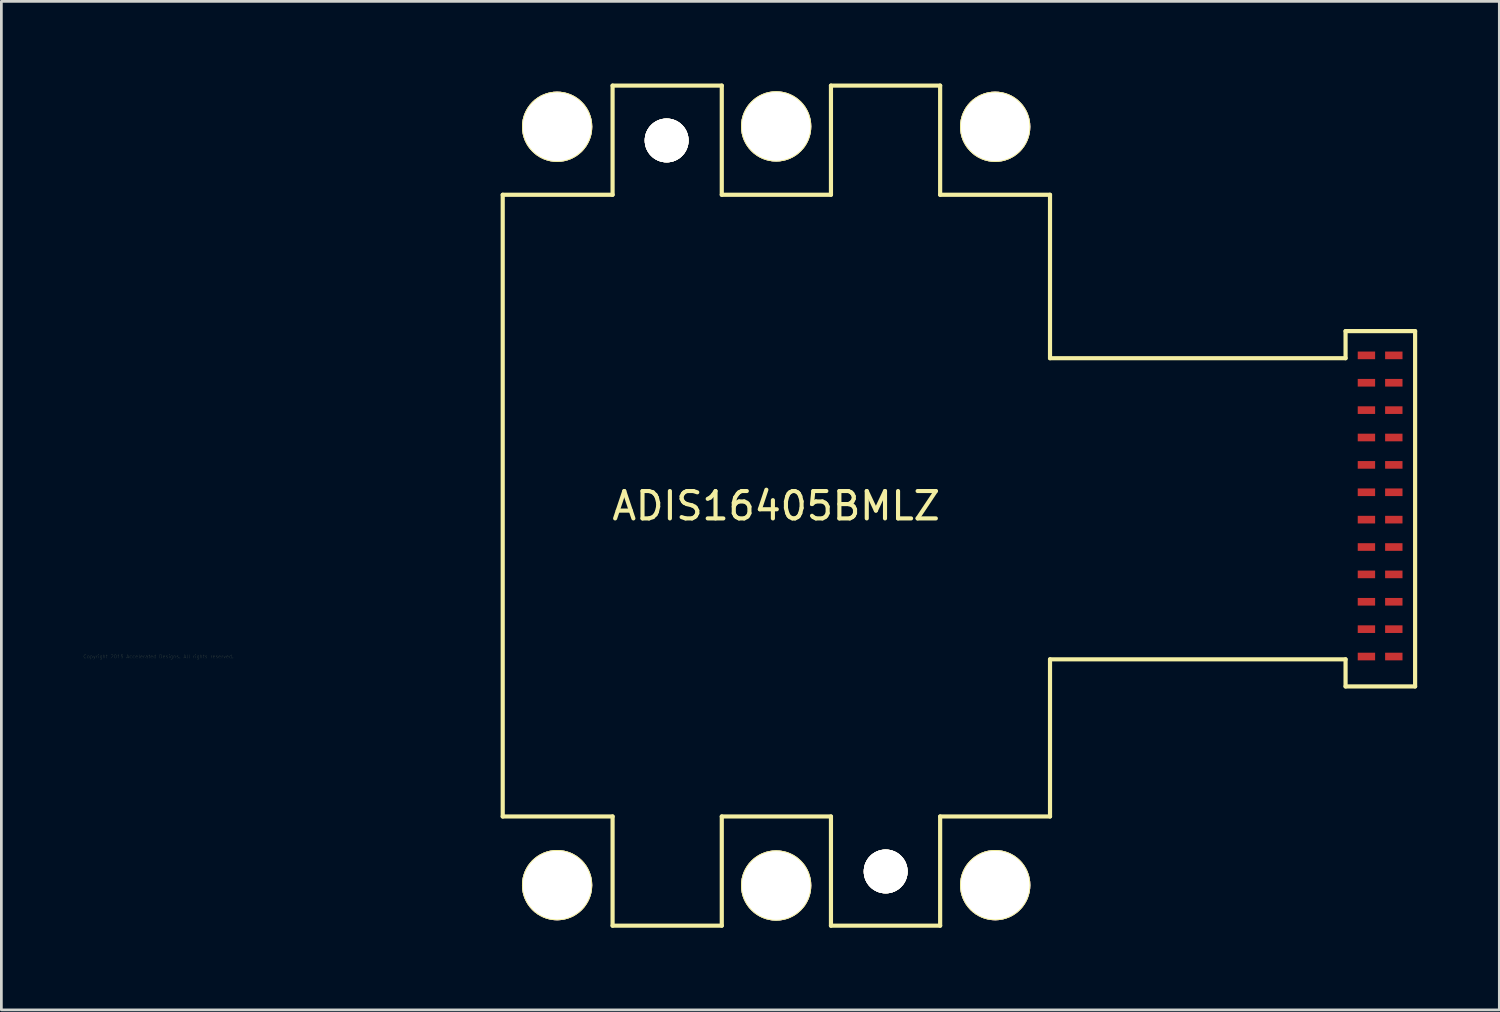
<source format=kicad_pcb>
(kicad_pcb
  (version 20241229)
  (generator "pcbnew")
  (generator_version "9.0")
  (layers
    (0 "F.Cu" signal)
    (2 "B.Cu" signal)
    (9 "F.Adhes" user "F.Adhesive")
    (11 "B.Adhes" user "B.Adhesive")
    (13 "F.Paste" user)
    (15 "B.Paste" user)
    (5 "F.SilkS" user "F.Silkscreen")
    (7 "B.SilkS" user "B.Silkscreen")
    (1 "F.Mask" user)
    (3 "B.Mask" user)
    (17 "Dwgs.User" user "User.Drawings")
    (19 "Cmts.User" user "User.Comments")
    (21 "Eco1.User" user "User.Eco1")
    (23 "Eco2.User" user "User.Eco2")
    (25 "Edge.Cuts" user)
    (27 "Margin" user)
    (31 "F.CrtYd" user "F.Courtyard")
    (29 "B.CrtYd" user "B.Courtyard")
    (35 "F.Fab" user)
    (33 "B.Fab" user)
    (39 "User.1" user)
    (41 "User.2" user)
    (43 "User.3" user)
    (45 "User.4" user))
  (footprint "ADIS16405BMLZ"
    (layer "F.Cu")
    (at 2.739 20.93)
    (property "Reference" "ADIS16405BMLZ" (at 22.56 -5.5 0) (layer "F.SilkS") (effects (font (size 1 1) (thickness 0.15))))
    (attr through_hole)
    (fp_line (start 12.573 -16.866) (end 12.573 5.842) (stroke (width 0.152) (type solid)) (layer "F.SilkS"))
    (fp_line (start 12.573 -16.866) (end 16.586 -16.866) (stroke (width 0.152) (type solid)) (layer "F.SilkS"))
    (fp_line (start 12.573 5.842) (end 16.586 5.842) (stroke (width 0.152) (type solid)) (layer "F.SilkS"))
    (fp_line (start 16.586 -20.853) (end 20.574 -20.853) (stroke (width 0.152) (type solid)) (layer "F.SilkS"))
    (fp_line (start 16.586 -16.866) (end 16.586 -20.853) (stroke (width 0.152) (type solid)) (layer "F.SilkS"))
    (fp_line (start 16.586 5.842) (end 16.586 9.83) (stroke (width 0.152) (type solid)) (layer "F.SilkS"))
    (fp_line (start 16.586 9.83) (end 20.574 9.83) (stroke (width 0.152) (type solid)) (layer "F.SilkS"))
    (fp_line (start 20.574 -20.853) (end 20.574 -16.866) (stroke (width 0.152) (type solid)) (layer "F.SilkS"))
    (fp_line (start 20.574 -16.866) (end 24.562 -16.866) (stroke (width 0.152) (type solid)) (layer "F.SilkS"))
    (fp_line (start 20.574 5.842) (end 24.562 5.842) (stroke (width 0.152) (type solid)) (layer "F.SilkS"))
    (fp_line (start 20.574 9.83) (end 20.574 5.842) (stroke (width 0.152) (type solid)) (layer "F.SilkS"))
    (fp_line (start 24.562 -20.853) (end 28.55 -20.853) (stroke (width 0.152) (type solid)) (layer "F.SilkS"))
    (fp_line (start 24.562 -16.866) (end 24.562 -20.853) (stroke (width 0.152) (type solid)) (layer "F.SilkS"))
    (fp_line (start 24.562 5.842) (end 24.562 9.83) (stroke (width 0.152) (type solid)) (layer "F.SilkS"))
    (fp_line (start 24.562 9.83) (end 28.55 9.83) (stroke (width 0.152) (type solid)) (layer "F.SilkS"))
    (fp_line (start 28.55 -20.853) (end 28.55 -16.866) (stroke (width 0.152) (type solid)) (layer "F.SilkS"))
    (fp_line (start 28.55 -16.866) (end 32.563 -16.866) (stroke (width 0.152) (type solid)) (layer "F.SilkS"))
    (fp_line (start 28.55 5.842) (end 32.563 5.842) (stroke (width 0.152) (type solid)) (layer "F.SilkS"))
    (fp_line (start 28.55 9.83) (end 28.55 5.842) (stroke (width 0.152) (type solid)) (layer "F.SilkS"))
    (fp_line (start 32.563 -16.866) (end 32.563 -10.897) (stroke (width 0.152) (type solid)) (layer "F.SilkS"))
    (fp_line (start 32.563 -10.897) (end 43.358 -10.897) (stroke (width 0.152) (type solid)) (layer "F.SilkS"))
    (fp_line (start 32.563 0.102) (end 32.563 5.842) (stroke (width 0.152) (type solid)) (layer "F.SilkS"))
    (fp_line (start 43.358 -11.887) (end 45.898 -11.887) (stroke (width 0.152) (type solid)) (layer "F.SilkS"))
    (fp_line (start 43.358 -10.897) (end 43.358 -11.887) (stroke (width 0.152) (type solid)) (layer "F.SilkS"))
    (fp_line (start 43.358 0.102) (end 32.563 0.102) (stroke (width 0.152) (type solid)) (layer "F.SilkS"))
    (fp_line (start 43.358 1.092) (end 43.358 0.102) (stroke (width 0.152) (type solid)) (layer "F.SilkS"))
    (fp_line (start 45.898 -11.887) (end 45.898 1.092) (stroke (width 0.152) (type solid)) (layer "F.SilkS"))
    (fp_line (start 45.898 1.092) (end 43.358 1.092) (stroke (width 0.152) (type solid)) (layer "F.SilkS"))
    (fp_text user "Copyright 2015 Accelerated Designs. All rights reserved." (at 0 0 0) (layer "F.SilkS") (effects (font (size 0.127 0.127) (thickness 0.002))))
    (pad "1" smd rect (at 45.12 -11) (size 0.635 0.279) (layers "F.Cu" "F.Mask" "F.Paste"))
    (pad "2" smd rect (at 44.12 -11) (size 0.635 0.279) (layers "F.Cu" "F.Mask" "F.Paste"))
    (pad "3" smd rect (at 45.12 -10) (size 0.635 0.279) (layers "F.Cu" "F.Mask" "F.Paste"))
    (pad "4" smd rect (at 44.12 -10) (size 0.635 0.279) (layers "F.Cu" "F.Mask" "F.Paste"))
    (pad "5" smd rect (at 45.12 -9) (size 0.635 0.279) (layers "F.Cu" "F.Mask" "F.Paste"))
    (pad "6" smd rect (at 44.12 -9) (size 0.635 0.279) (layers "F.Cu" "F.Mask" "F.Paste"))
    (pad "7" smd rect (at 45.12 -8) (size 0.635 0.279) (layers "F.Cu" "F.Mask" "F.Paste"))
    (pad "8" smd rect (at 44.12 -8) (size 0.635 0.279) (layers "F.Cu" "F.Mask" "F.Paste"))
    (pad "9" smd rect (at 45.12 -7) (size 0.635 0.279) (layers "F.Cu" "F.Mask" "F.Paste"))
    (pad "10" smd rect (at 44.12 -7) (size 0.635 0.279) (layers "F.Cu" "F.Mask" "F.Paste"))
    (pad "11" smd rect (at 45.12 -6) (size 0.635 0.279) (layers "F.Cu" "F.Mask" "F.Paste"))
    (pad "12" smd rect (at 44.12 -6) (size 0.635 0.279) (layers "F.Cu" "F.Mask" "F.Paste"))
    (pad "13" smd rect (at 45.12 -5) (size 0.635 0.279) (layers "F.Cu" "F.Mask" "F.Paste"))
    (pad "14" smd rect (at 44.12 -5) (size 0.635 0.279) (layers "F.Cu" "F.Mask" "F.Paste"))
    (pad "15" smd rect (at 45.12 -4) (size 0.635 0.279) (layers "F.Cu" "F.Mask" "F.Paste"))
    (pad "16" smd rect (at 44.12 -4) (size 0.635 0.279) (layers "F.Cu" "F.Mask" "F.Paste"))
    (pad "17" smd rect (at 45.12 -3) (size 0.635 0.279) (layers "F.Cu" "F.Mask" "F.Paste"))
    (pad "18" smd rect (at 44.12 -3) (size 0.635 0.279) (layers "F.Cu" "F.Mask" "F.Paste"))
    (pad "19" smd rect (at 45.12 -2) (size 0.635 0.279) (layers "F.Cu" "F.Mask" "F.Paste"))
    (pad "20" smd rect (at 44.12 -2) (size 0.635 0.279) (layers "F.Cu" "F.Mask" "F.Paste"))
    (pad "21" smd rect (at 45.12 -1) (size 0.635 0.279) (layers "F.Cu" "F.Mask" "F.Paste"))
    (pad "22" smd rect (at 44.12 -1) (size 0.635 0.279) (layers "F.Cu" "F.Mask" "F.Paste"))
    (pad "23" smd rect (at 45.12 0) (size 0.635 0.279) (layers "F.Cu" "F.Mask" "F.Paste"))
    (pad "24" smd rect (at 44.12 0) (size 0.635 0.279) (layers "F.Cu" "F.Mask" "F.Paste"))
    (pad "25" thru_hole circle (at 18.56 -18.85) (size 1.6 1.6) (drill 1.6) (layers "*.Cu" "*.Mask" "F.SilkS"))
    (pad "25" thru_hole circle (at 18.56 -18.85) (size 1.6 1.6) (drill 1.6) (layers "*.Cu" "*.Mask" "F.SilkS"))
    (pad "26" thru_hole circle (at 26.56 7.85) (size 1.6 1.6) (drill 2.489) (layers "*.Cu" "*.Mask" "F.SilkS"))
    (pad "26" thru_hole circle (at 26.56 7.85) (size 1.6 1.6) (drill 2.489) (layers "*.Cu" "*.Mask" "F.SilkS"))
    (pad "27" thru_hole circle (at 14.56 -19.35) (size 2.565 2.565) (drill 2.489) (layers "*.Cu" "*.Mask" "F.SilkS"))
    (pad "27" thru_hole circle (at 14.56 -19.35) (size 2.565 2.565) (drill 2.489) (layers "*.Cu" "*.Mask" "F.SilkS"))
    (pad "28" thru_hole circle (at 30.56 -19.35) (size 2.565 2.565) (drill 2.489) (layers "*.Cu" "*.Mask" "F.SilkS"))
    (pad "28" thru_hole circle (at 30.56 -19.35) (size 2.565 2.565) (drill 2.489) (layers "*.Cu" "*.Mask" "F.SilkS"))
    (pad "29" thru_hole circle (at 14.559 8.35) (size 2.565 2.565) (drill 2.489) (layers "*.Cu" "*.Mask" "F.SilkS"))
    (pad "29" thru_hole circle (at 14.559 8.35) (size 2.565 2.565) (drill 2.489) (layers "*.Cu" "*.Mask" "F.SilkS"))
    (pad "30" thru_hole circle (at 30.561 8.35) (size 2.565 2.565) (drill 2.489) (layers "*.Cu" "*.Mask" "F.SilkS"))
    (pad "30" thru_hole circle (at 30.561 8.35) (size 2.565 2.565) (drill 2.489) (layers "*.Cu" "*.Mask" "F.SilkS"))
    (pad "31" thru_hole circle (at 22.56 8.363) (size 2.565 2.565) (drill 2.489) (layers "*.Cu" "*.Mask" "F.SilkS"))
    (pad "31" thru_hole circle (at 22.56 8.363) (size 2.565 2.565) (drill 2.489) (layers "*.Cu" "*.Mask" "F.SilkS"))
    (pad "32" thru_hole circle (at 22.56 -19.363) (size 2.565 2.565) (drill 2.489) (layers "*.Cu" "*.Mask" "F.SilkS"))
    (pad "32" thru_hole circle (at 22.56 -19.363) (size 2.565 2.565) (drill 2.489) (layers "*.Cu" "*.Mask" "F.SilkS")))
  (gr_rect
    (start -3 -3)
    (end 51.713 33.836)
    (stroke (width 0.1) (type default))
    (fill no)
    (layer "Edge.Cuts")))
</source>
